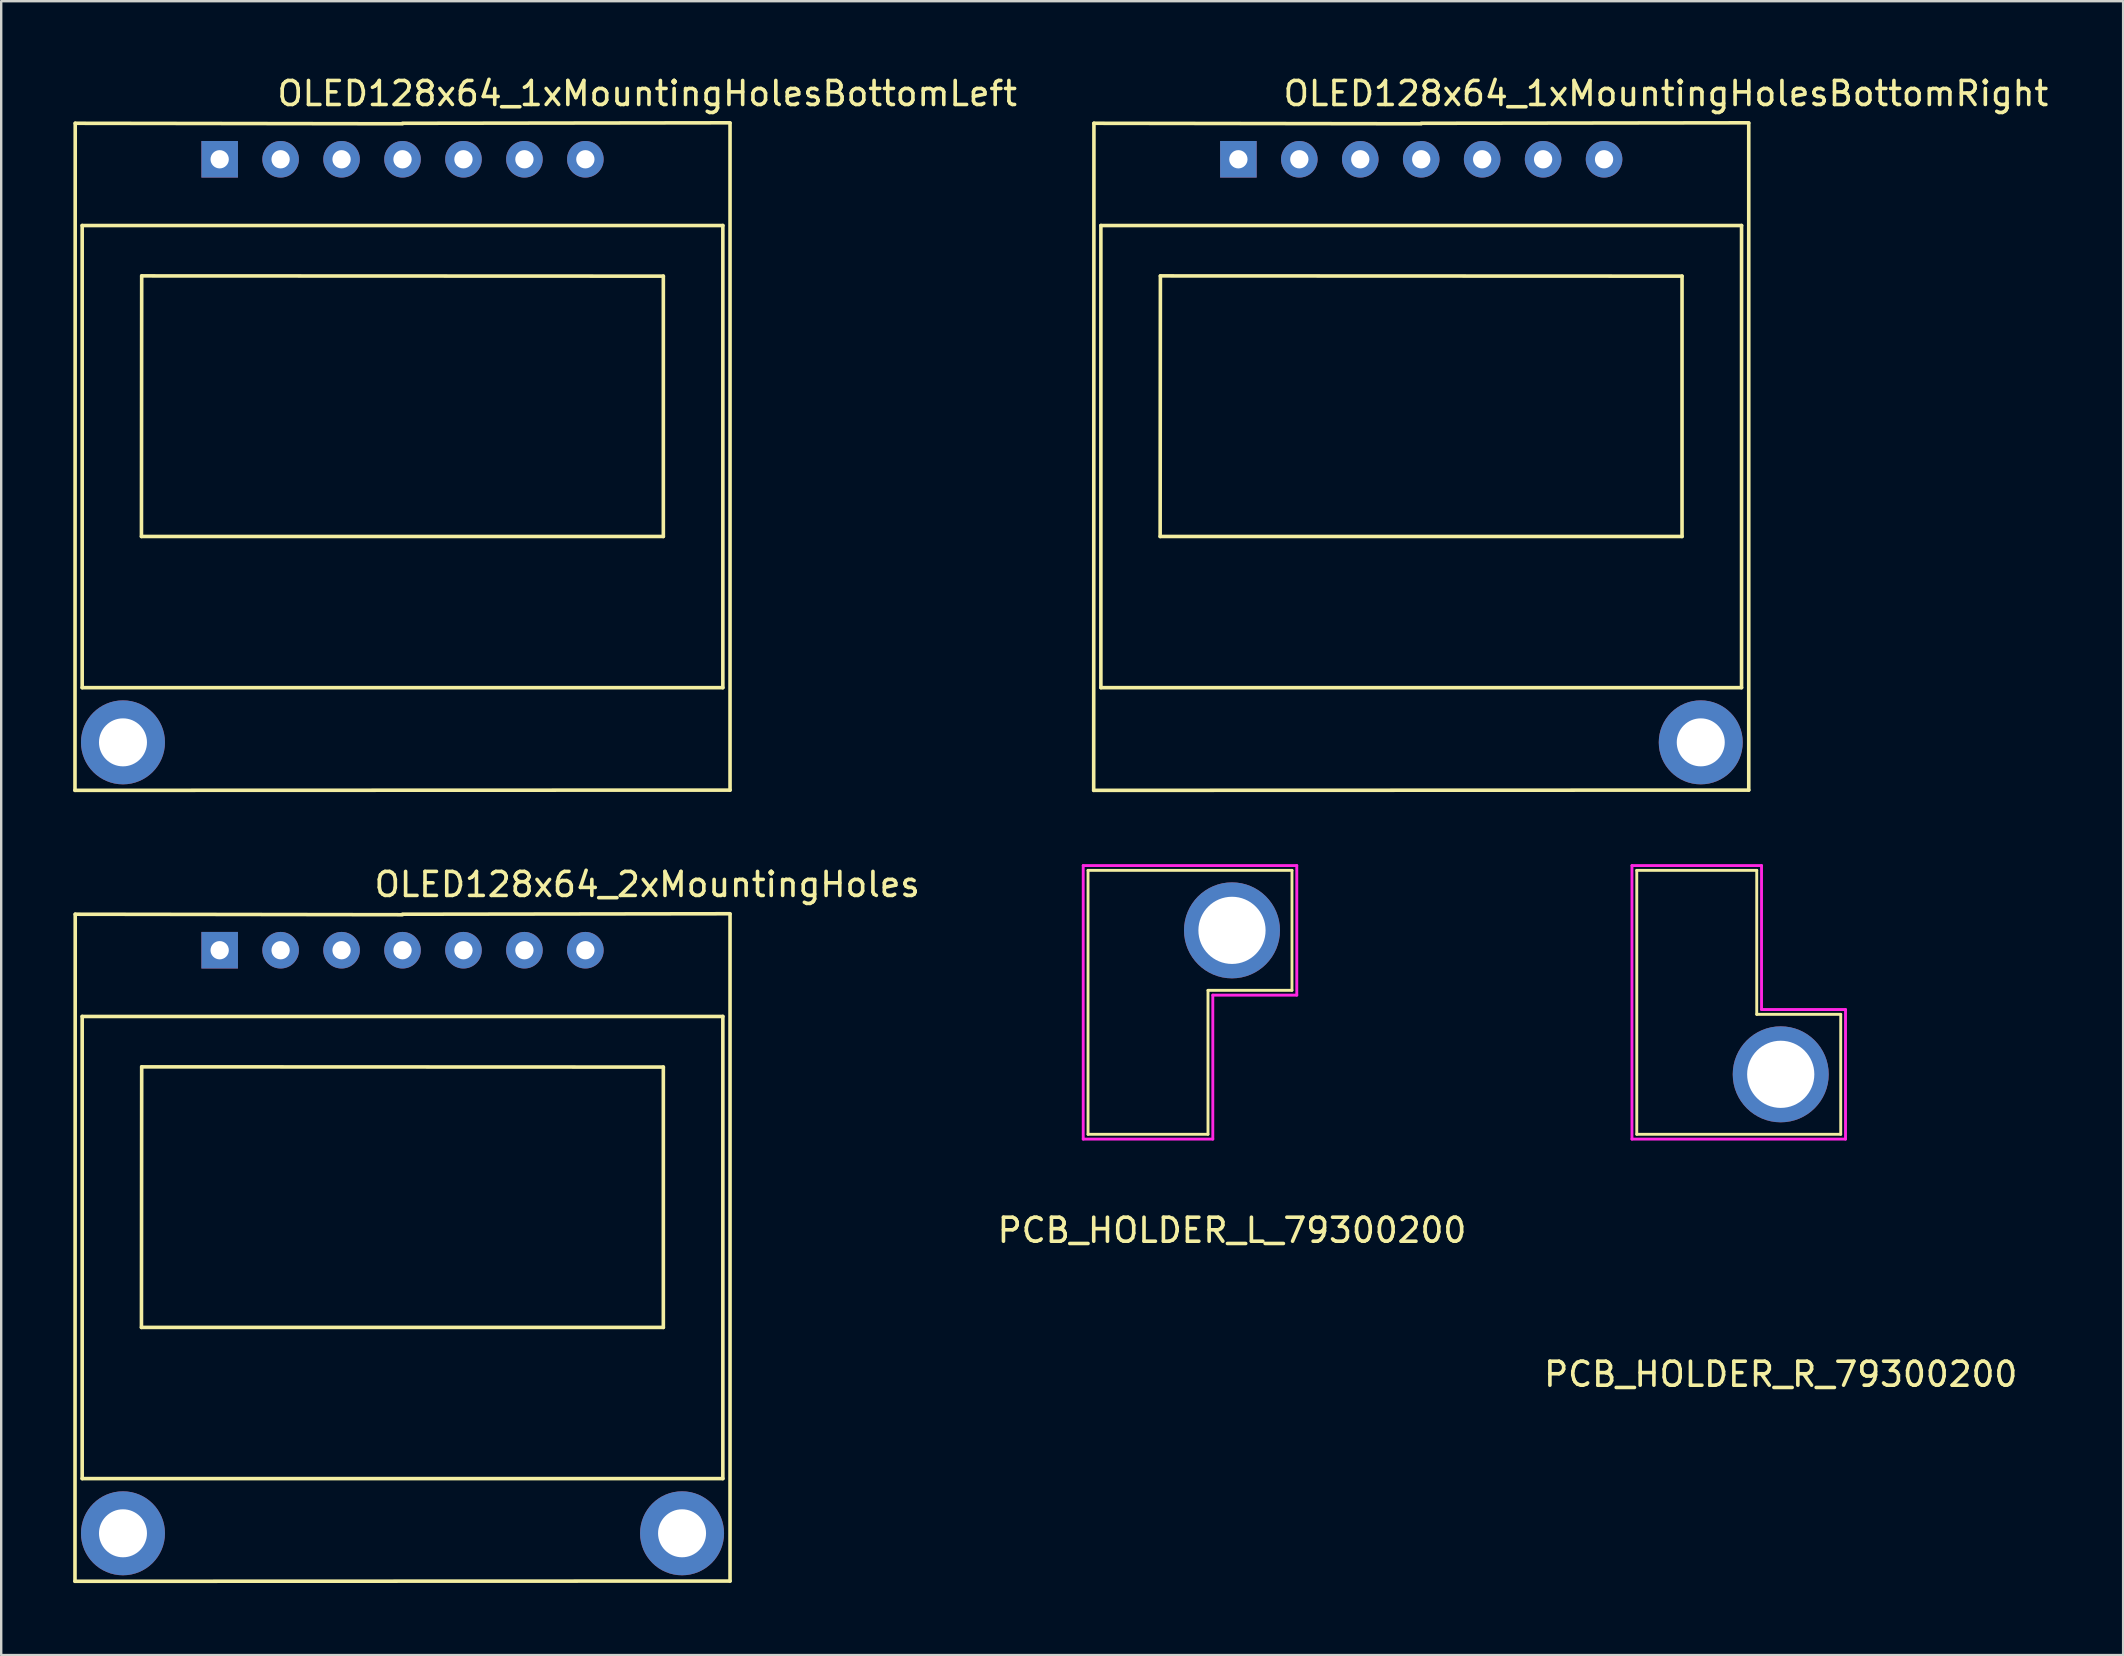
<source format=kicad_pcb>
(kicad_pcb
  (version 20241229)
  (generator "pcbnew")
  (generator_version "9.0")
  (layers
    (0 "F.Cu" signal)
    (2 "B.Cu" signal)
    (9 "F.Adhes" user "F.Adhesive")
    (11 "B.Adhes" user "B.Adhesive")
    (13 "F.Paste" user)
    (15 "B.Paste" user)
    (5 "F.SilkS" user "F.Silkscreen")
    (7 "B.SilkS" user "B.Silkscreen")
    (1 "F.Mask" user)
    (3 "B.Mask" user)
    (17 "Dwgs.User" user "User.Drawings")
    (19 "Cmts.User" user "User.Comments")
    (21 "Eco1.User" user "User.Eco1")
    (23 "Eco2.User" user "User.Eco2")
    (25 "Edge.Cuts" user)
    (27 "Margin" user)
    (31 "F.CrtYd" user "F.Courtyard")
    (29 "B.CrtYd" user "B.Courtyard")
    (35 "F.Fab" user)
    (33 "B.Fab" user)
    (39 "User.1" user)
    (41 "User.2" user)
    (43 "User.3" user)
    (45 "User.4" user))
  (footprint "OLED128x64_1xMountingHolesBottomRight"
    (layer "F.Cu")
    (at 56.18 3.588)
    (property "Reference" "OLED128x64_1xMountingHolesBottomRight" (at 10.2 -2.74 0) (layer "F.SilkS") (effects (font (size 1 1) (thickness 0.15))))
    (attr through_hole)
    (fp_line (start -13.65 26.3) (end -13.64 -1.5) (stroke (width 0.15) (type solid)) (layer "F.SilkS"))
    (fp_line (start -13.64 -1.5) (end 0 -1.48) (stroke (width 0.15) (type solid)) (layer "F.SilkS"))
    (fp_line (start -13.35 2.76) (end 13.35 2.76) (stroke (width 0.15) (type solid)) (layer "F.SilkS"))
    (fp_line (start -13.35 22.02) (end -13.35 2.76) (stroke (width 0.15) (type solid)) (layer "F.SilkS"))
    (fp_line (start -10.88 15.72) (end -10.87 4.86) (stroke (width 0.15) (type solid)) (layer "F.SilkS"))
    (fp_line (start -10.87 4.86) (end 10.87 4.87) (stroke (width 0.15) (type solid)) (layer "F.SilkS"))
    (fp_line (start 0 -1.5) (end 13.65 -1.52) (stroke (width 0.15) (type solid)) (layer "F.SilkS"))
    (fp_line (start 10.87 4.87) (end 10.87 15.72) (stroke (width 0.15) (type solid)) (layer "F.SilkS"))
    (fp_line (start 10.87 15.72) (end -10.88 15.72) (stroke (width 0.15) (type solid)) (layer "F.SilkS"))
    (fp_line (start 13.35 2.76) (end 13.35 22.02) (stroke (width 0.15) (type solid)) (layer "F.SilkS"))
    (fp_line (start 13.35 22.02) (end -13.35 22.02) (stroke (width 0.15) (type solid)) (layer "F.SilkS"))
    (fp_line (start 13.65 -1.5) (end 13.65 26.29) (stroke (width 0.15) (type solid)) (layer "F.SilkS"))
    (fp_line (start 13.65 26.29) (end -13.65 26.3) (stroke (width 0.15) (type solid)) (layer "F.SilkS"))
    (pad "1" thru_hole rect (at -7.62 0) (size 1.524 1.524) (drill 0.762) (layers "*.Cu" "*.Mask"))
    (pad "2" thru_hole circle (at -5.08 0) (size 1.524 1.524) (drill 0.762) (layers "*.Cu" "*.Mask"))
    (pad "3" thru_hole circle (at -2.54 0) (size 1.524 1.524) (drill 0.762) (layers "*.Cu" "*.Mask"))
    (pad "4" thru_hole circle (at 0 0) (size 1.524 1.524) (drill 0.762) (layers "*.Cu" "*.Mask"))
    (pad "5" thru_hole circle (at 2.54 0) (size 1.524 1.524) (drill 0.762) (layers "*.Cu" "*.Mask"))
    (pad "6" thru_hole circle (at 5.08 0) (size 1.524 1.524) (drill 0.762) (layers "*.Cu" "*.Mask"))
    (pad "7" thru_hole circle (at 7.62 0) (size 1.524 1.524) (drill 0.762) (layers "*.Cu" "*.Mask"))
    (pad "8" thru_hole circle (at 11.65 24.3) (size 3.5 3.5) (drill 2) (layers "*.Cu" "*.Mask")))
  (footprint "OLED128x64_2xMountingHoles"
    (layer "F.Cu")
    (at 13.725 36.551)
    (property "Reference" "OLED128x64_2xMountingHoles" (at 10.2 -2.74 0) (layer "F.SilkS") (effects (font (size 1 1) (thickness 0.15))))
    (attr through_hole)
    (fp_line (start -13.65 26.3) (end -13.64 -1.5) (stroke (width 0.15) (type solid)) (layer "F.SilkS"))
    (fp_line (start -13.64 -1.5) (end 0 -1.48) (stroke (width 0.15) (type solid)) (layer "F.SilkS"))
    (fp_line (start -13.35 2.76) (end 13.35 2.76) (stroke (width 0.15) (type solid)) (layer "F.SilkS"))
    (fp_line (start -13.35 22.02) (end -13.35 2.76) (stroke (width 0.15) (type solid)) (layer "F.SilkS"))
    (fp_line (start -10.88 15.72) (end -10.87 4.86) (stroke (width 0.15) (type solid)) (layer "F.SilkS"))
    (fp_line (start -10.87 4.86) (end 10.87 4.87) (stroke (width 0.15) (type solid)) (layer "F.SilkS"))
    (fp_line (start 0 -1.5) (end 13.65 -1.52) (stroke (width 0.15) (type solid)) (layer "F.SilkS"))
    (fp_line (start 10.87 4.87) (end 10.87 15.72) (stroke (width 0.15) (type solid)) (layer "F.SilkS"))
    (fp_line (start 10.87 15.72) (end -10.88 15.72) (stroke (width 0.15) (type solid)) (layer "F.SilkS"))
    (fp_line (start 13.35 2.76) (end 13.35 22.02) (stroke (width 0.15) (type solid)) (layer "F.SilkS"))
    (fp_line (start 13.35 22.02) (end -13.35 22.02) (stroke (width 0.15) (type solid)) (layer "F.SilkS"))
    (fp_line (start 13.65 -1.5) (end 13.65 26.29) (stroke (width 0.15) (type solid)) (layer "F.SilkS"))
    (fp_line (start 13.65 26.29) (end -13.65 26.3) (stroke (width 0.15) (type solid)) (layer "F.SilkS"))
    (pad "1" thru_hole rect (at -7.62 0) (size 1.524 1.524) (drill 0.762) (layers "*.Cu" "*.Mask"))
    (pad "2" thru_hole circle (at -5.08 0) (size 1.524 1.524) (drill 0.762) (layers "*.Cu" "*.Mask"))
    (pad "3" thru_hole circle (at -2.54 0) (size 1.524 1.524) (drill 0.762) (layers "*.Cu" "*.Mask"))
    (pad "4" thru_hole circle (at 0 0) (size 1.524 1.524) (drill 0.762) (layers "*.Cu" "*.Mask"))
    (pad "5" thru_hole circle (at 2.54 0) (size 1.524 1.524) (drill 0.762) (layers "*.Cu" "*.Mask"))
    (pad "6" thru_hole circle (at 5.08 0) (size 1.524 1.524) (drill 0.762) (layers "*.Cu" "*.Mask"))
    (pad "7" thru_hole circle (at 7.62 0) (size 1.524 1.524) (drill 0.762) (layers "*.Cu" "*.Mask"))
    (pad "8" thru_hole circle (at -11.65 24.3) (size 3.5 3.5) (drill 2) (layers "*.Cu" "*.Mask"))
    (pad "8" thru_hole circle (at 11.65 24.3) (size 3.5 3.5) (drill 2) (layers "*.Cu" "*.Mask")))
  (footprint "PCB_HOLDER_R_79300200"
    (layer "F.Cu")
    (at 71.163 41.723)
    (property "Reference" "PCB_HOLDER_R_79300200" (at 0 12.5 0) (layer "F.SilkS") (effects (font (size 1 1) (thickness 0.15))))
    (attr through_hole)
    (fp_line (start -6 -8.5) (end -6 2.5) (stroke (width 0.12) (type solid)) (layer "F.SilkS"))
    (fp_line (start -1 -8.5) (end -6 -8.5) (stroke (width 0.12) (type solid)) (layer "F.SilkS"))
    (fp_line (start -1 -2.5) (end -1 -8.5) (stroke (width 0.12) (type solid)) (layer "F.SilkS"))
    (fp_line (start 2.5 -2.5) (end -1 -2.5) (stroke (width 0.12) (type solid)) (layer "F.SilkS"))
    (fp_line (start 2.5 -2.5) (end 2.5 2.5) (stroke (width 0.12) (type solid)) (layer "F.SilkS"))
    (fp_line (start 2.5 2.5) (end -6 2.5) (stroke (width 0.12) (type solid)) (layer "F.SilkS"))
    (fp_line (start -6.2 -8.7) (end -6.2 2.7) (stroke (width 0.12) (type solid)) (layer "F.CrtYd"))
    (fp_line (start -6.2 -8.7) (end -0.8 -8.7) (stroke (width 0.12) (type solid)) (layer "F.CrtYd"))
    (fp_line (start -6.2 2.7) (end 2.7 2.7) (stroke (width 0.12) (type solid)) (layer "F.CrtYd"))
    (fp_line (start -0.8 -8.7) (end -0.8 -2.7) (stroke (width 0.12) (type solid)) (layer "F.CrtYd"))
    (fp_line (start -0.8 -2.7) (end 2.7 -2.7) (stroke (width 0.12) (type solid)) (layer "F.CrtYd"))
    (fp_line (start 2.7 2.7) (end 2.7 -2.7) (stroke (width 0.12) (type solid)) (layer "F.CrtYd"))
    (pad "1" thru_hole circle (at 0 0) (size 4 4) (drill 2.8) (layers "*.Cu" "*.Mask")))
  (footprint "OLED128x64_1xMountingHolesBottomLeft"
    (layer "F.Cu")
    (at 13.725 3.588)
    (property "Reference" "OLED128x64_1xMountingHolesBottomLeft" (at 10.2 -2.74 0) (layer "F.SilkS") (effects (font (size 1 1) (thickness 0.15))))
    (attr through_hole)
    (fp_line (start -13.65 26.3) (end -13.64 -1.5) (stroke (width 0.15) (type solid)) (layer "F.SilkS"))
    (fp_line (start -13.64 -1.5) (end 0 -1.48) (stroke (width 0.15) (type solid)) (layer "F.SilkS"))
    (fp_line (start -13.35 2.76) (end 13.35 2.76) (stroke (width 0.15) (type solid)) (layer "F.SilkS"))
    (fp_line (start -13.35 22.02) (end -13.35 2.76) (stroke (width 0.15) (type solid)) (layer "F.SilkS"))
    (fp_line (start -10.88 15.72) (end -10.87 4.86) (stroke (width 0.15) (type solid)) (layer "F.SilkS"))
    (fp_line (start -10.87 4.86) (end 10.87 4.87) (stroke (width 0.15) (type solid)) (layer "F.SilkS"))
    (fp_line (start 0 -1.5) (end 13.65 -1.52) (stroke (width 0.15) (type solid)) (layer "F.SilkS"))
    (fp_line (start 10.87 4.87) (end 10.87 15.72) (stroke (width 0.15) (type solid)) (layer "F.SilkS"))
    (fp_line (start 10.87 15.72) (end -10.88 15.72) (stroke (width 0.15) (type solid)) (layer "F.SilkS"))
    (fp_line (start 13.35 2.76) (end 13.35 22.02) (stroke (width 0.15) (type solid)) (layer "F.SilkS"))
    (fp_line (start 13.35 22.02) (end -13.35 22.02) (stroke (width 0.15) (type solid)) (layer "F.SilkS"))
    (fp_line (start 13.65 -1.5) (end 13.65 26.29) (stroke (width 0.15) (type solid)) (layer "F.SilkS"))
    (fp_line (start 13.65 26.29) (end -13.65 26.3) (stroke (width 0.15) (type solid)) (layer "F.SilkS"))
    (pad "1" thru_hole rect (at -7.62 0) (size 1.524 1.524) (drill 0.762) (layers "*.Cu" "*.Mask"))
    (pad "2" thru_hole circle (at -5.08 0) (size 1.524 1.524) (drill 0.762) (layers "*.Cu" "*.Mask"))
    (pad "3" thru_hole circle (at -2.54 0) (size 1.524 1.524) (drill 0.762) (layers "*.Cu" "*.Mask"))
    (pad "4" thru_hole circle (at 0 0) (size 1.524 1.524) (drill 0.762) (layers "*.Cu" "*.Mask"))
    (pad "5" thru_hole circle (at 2.54 0) (size 1.524 1.524) (drill 0.762) (layers "*.Cu" "*.Mask"))
    (pad "6" thru_hole circle (at 5.08 0) (size 1.524 1.524) (drill 0.762) (layers "*.Cu" "*.Mask"))
    (pad "7" thru_hole circle (at 7.62 0) (size 1.524 1.524) (drill 0.762) (layers "*.Cu" "*.Mask"))
    (pad "8" thru_hole circle (at -11.65 24.3) (size 3.5 3.5) (drill 2) (layers "*.Cu" "*.Mask")))
  (footprint "PCB_HOLDER_L_79300200"
    (layer "F.Cu")
    (at 48.294 35.723)
    (property "Reference" "PCB_HOLDER_L_79300200" (at 0 12.5 0) (layer "F.SilkS") (effects (font (size 1 1) (thickness 0.15))))
    (attr through_hole)
    (fp_line (start -6 -2.5) (end -6 8.5) (stroke (width 0.12) (type solid)) (layer "F.SilkS"))
    (fp_line (start -6 8.5) (end -1 8.5) (stroke (width 0.12) (type solid)) (layer "F.SilkS"))
    (fp_line (start -1 8.5) (end -1 2.5) (stroke (width 0.12) (type solid)) (layer "F.SilkS"))
    (fp_line (start 2.5 -2.5) (end -6 -2.5) (stroke (width 0.12) (type solid)) (layer "F.SilkS"))
    (fp_line (start 2.5 -2.5) (end 2.5 2.5) (stroke (width 0.12) (type solid)) (layer "F.SilkS"))
    (fp_line (start 2.5 2.5) (end -1 2.5) (stroke (width 0.12) (type solid)) (layer "F.SilkS"))
    (fp_line (start -6.2 -2.7) (end -6.2 8.7) (stroke (width 0.12) (type solid)) (layer "F.CrtYd"))
    (fp_line (start -6.2 8.7) (end -0.8 8.7) (stroke (width 0.12) (type solid)) (layer "F.CrtYd"))
    (fp_line (start -0.8 2.7) (end 2.7 2.7) (stroke (width 0.12) (type solid)) (layer "F.CrtYd"))
    (fp_line (start -0.8 8.7) (end -0.8 2.7) (stroke (width 0.12) (type solid)) (layer "F.CrtYd"))
    (fp_line (start 2.7 -2.7) (end -6.2 -2.7) (stroke (width 0.12) (type solid)) (layer "F.CrtYd"))
    (fp_line (start 2.7 2.7) (end 2.7 -2.7) (stroke (width 0.12) (type solid)) (layer "F.CrtYd"))
    (pad "1" thru_hole circle (at 0 0) (size 4 4) (drill 2.8) (layers "*.Cu" "*.Mask")))
  (gr_rect
    (start -3 -3)
    (end 85.433 65.927)
    (stroke (width 0.1) (type default))
    (fill no)
    (layer "Edge.Cuts")))
</source>
